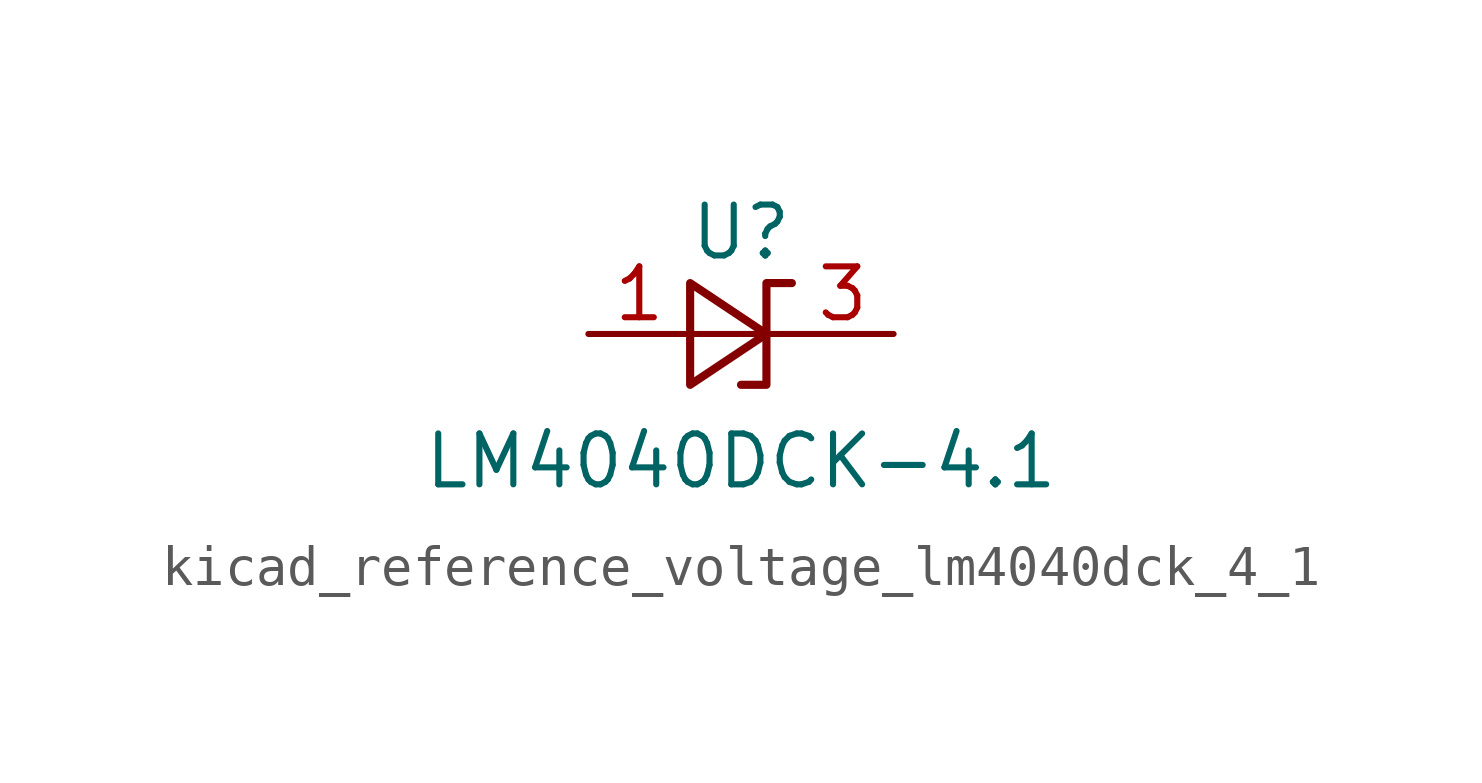
<source format=kicad_sym>
(kicad_symbol_lib
  (version 20220914)
  (generator kicad_symbol_editor)
  (symbol "kicad_reference_voltage_lm4040dck_4_1"
    (pin_names
      (offset 0.025) hide)
    (property "Reference" "U"
      (at 0 2.54 0)
      (effects (font (size 1.27 1.27))))
    (property "Value" "LM4040DCK-4.1"
      (at 0 -3.175 0)
      (effects (font (size 1.27 1.27))))
    (symbol "kicad_reference_voltage_lm4040dck_4_1_0_1"
      (polyline (pts (xy -1.27 0) (xy 0 0) (xy 1.27 0)) (stroke (width 0) (type default)) (fill (type none)))
      (polyline (pts (xy -1.27 -1.27) (xy 0.635 0) (xy -1.27 1.27) (xy -1.27 -1.27)) (stroke (width 0.203) (type default)) (fill (type none)))
      (polyline (pts (xy 0 -1.27) (xy 0.635 -1.27) (xy 0.635 1.27) (xy 1.27 1.27)) (stroke (width 0.203) (type default)) (fill (type none))))
    (symbol "kicad_reference_voltage_lm4040dck_4_1_1_1"
      (pin passive line (at -3.81 0 0) (length 2.54) (name "A" (effects (font (size 1.27 1.27)))) (number "1" (effects (font (size 1.27 1.27)))))
      (pin passive line (at 3.81 0 180) (length 2.54) (name "K" (effects (font (size 1.27 1.27)))) (number "3" (effects (font (size 1.27 1.27))))))))
</source>
